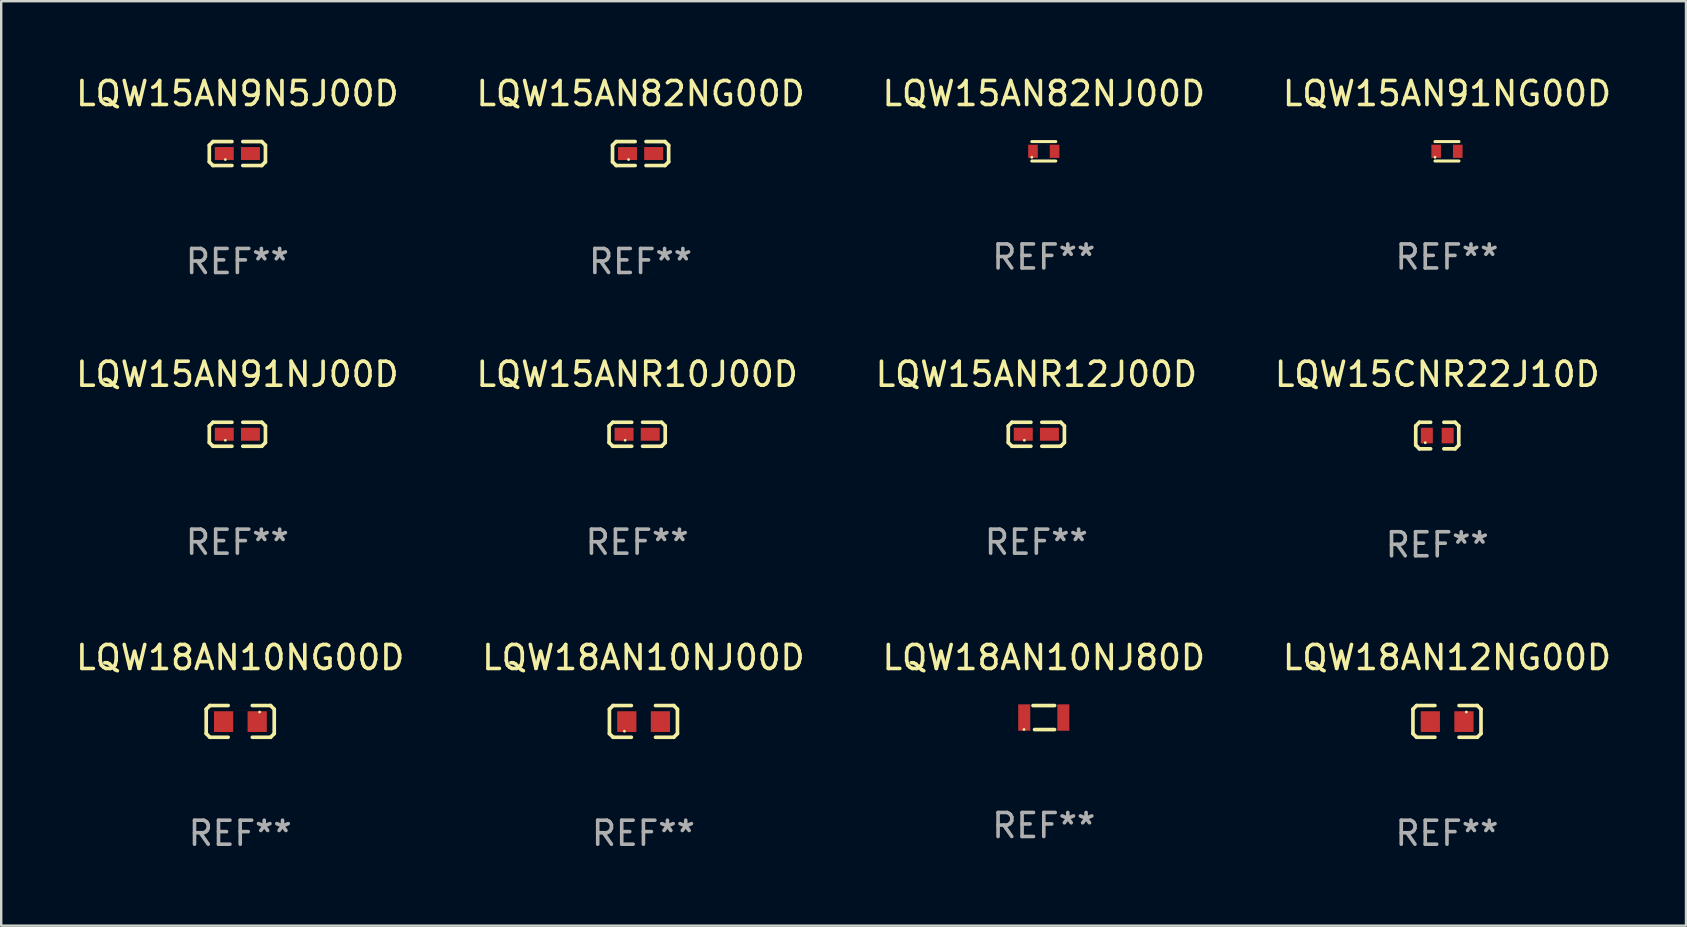
<source format=kicad_pcb>
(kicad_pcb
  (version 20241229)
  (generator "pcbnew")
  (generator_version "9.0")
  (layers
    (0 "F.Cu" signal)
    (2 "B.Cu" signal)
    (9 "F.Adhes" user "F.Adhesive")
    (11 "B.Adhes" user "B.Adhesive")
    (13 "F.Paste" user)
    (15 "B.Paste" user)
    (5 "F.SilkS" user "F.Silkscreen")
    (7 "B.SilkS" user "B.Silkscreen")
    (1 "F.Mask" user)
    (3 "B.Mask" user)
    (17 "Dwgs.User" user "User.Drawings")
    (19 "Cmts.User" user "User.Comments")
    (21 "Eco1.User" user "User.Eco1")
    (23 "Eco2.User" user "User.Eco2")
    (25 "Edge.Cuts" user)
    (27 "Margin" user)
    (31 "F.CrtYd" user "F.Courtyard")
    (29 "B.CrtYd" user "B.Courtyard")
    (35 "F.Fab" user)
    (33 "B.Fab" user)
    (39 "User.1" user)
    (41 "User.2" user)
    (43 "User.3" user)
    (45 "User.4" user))
  (footprint "LQW18AN12NG00D"
    (layer "F.Cu")
    (at 57.232 27.004)
    (property "Reference" "LQW18AN12NG00D" (at 0 -2.661 0) (layer "F.SilkS") (effects (font (size 1 1) (thickness 0.15))))
    (attr through_hole)
    (fp_line (start -1.417 -0.508) (end -1.265 -0.661) (stroke (width 0.152) (type solid)) (layer "F.SilkS"))
    (fp_line (start -1.417 0.508) (end -1.417 -0.508) (stroke (width 0.152) (type solid)) (layer "F.SilkS"))
    (fp_line (start -1.265 -0.661) (end -0.503 -0.661) (stroke (width 0.152) (type solid)) (layer "F.SilkS"))
    (fp_line (start -1.265 0.661) (end -1.417 0.508) (stroke (width 0.152) (type solid)) (layer "F.SilkS"))
    (fp_line (start -1.265 0.661) (end -0.503 0.661) (stroke (width 0.152) (type solid)) (layer "F.SilkS"))
    (fp_line (start 1.265 -0.661) (end 0.503 -0.661) (stroke (width 0.152) (type solid)) (layer "F.SilkS"))
    (fp_line (start 1.265 -0.661) (end 1.417 -0.508) (stroke (width 0.152) (type solid)) (layer "F.SilkS"))
    (fp_line (start 1.265 0.661) (end 0.503 0.661) (stroke (width 0.152) (type solid)) (layer "F.SilkS"))
    (fp_line (start 1.417 -0.508) (end 1.417 0.508) (stroke (width 0.152) (type solid)) (layer "F.SilkS"))
    (fp_line (start 1.417 0.508) (end 1.265 0.661) (stroke (width 0.152) (type solid)) (layer "F.SilkS"))
    (fp_circle (center 0.807 -0.391) (end 0.837 -0.391) (stroke (width 0.06) (type solid)) (fill no) (layer "F.SilkS"))
    (fp_text user "REF**" (at 0 4.661 0) (layer "F.Fab") (effects (font (size 1 1) (thickness 0.15))))
    (pad "1" smd rect (at 0.707 0.009 180) (size 0.8 0.864) (layers "F.Cu" "F.Mask" "F.Paste"))
    (pad "2" smd rect (at -0.693 0.009 180) (size 0.8 0.864) (layers "F.Cu" "F.Mask" "F.Paste")))
  (footprint "LQW15AN91NG00D"
    (layer "F.Cu")
    (at 57.232 3.253)
    (property "Reference" "LQW15AN91NG00D" (at 0 -2.405 0) (layer "F.SilkS") (effects (font (size 1 1) (thickness 0.15))))
    (attr through_hole)
    (fp_line (start -0.5 -0.405) (end 0.5 -0.405) (stroke (width 0.127) (type solid)) (layer "F.SilkS"))
    (fp_line (start -0.5 0.405) (end 0.5 0.405) (stroke (width 0.127) (type solid)) (layer "F.SilkS"))
    (fp_circle (center -0.5 0.25) (end -0.47 0.25) (stroke (width 0.06) (type solid)) (fill no) (layer "F.SilkS"))
    (fp_text user "REF**" (at 0 4.405 0) (layer "F.Fab") (effects (font (size 1 1) (thickness 0.15))))
    (pad "1" smd rect (at -0.45 0 90) (size 0.55 0.4) (layers "F.Cu" "F.Mask" "F.Paste"))
    (pad "2" smd rect (at 0.45 0 90) (size 0.55 0.4) (layers "F.Cu" "F.Mask" "F.Paste")))
  (footprint "LQW15AN82NG00D"
    (layer "F.Cu")
    (at 23.637 3.347)
    (property "Reference" "LQW15AN82NG00D" (at 0 -2.499 0) (layer "F.SilkS") (effects (font (size 1 1) (thickness 0.15))))
    (attr through_hole)
    (fp_line (start -1.169 -0.346) (end -1.016 -0.499) (stroke (width 0.152) (type solid)) (layer "F.SilkS"))
    (fp_line (start -1.169 0.346) (end -1.169 -0.346) (stroke (width 0.152) (type solid)) (layer "F.SilkS"))
    (fp_line (start -1.016 -0.499) (end -0.226 -0.499) (stroke (width 0.152) (type solid)) (layer "F.SilkS"))
    (fp_line (start -1.016 0.499) (end -1.169 0.346) (stroke (width 0.152) (type solid)) (layer "F.SilkS"))
    (fp_line (start -0.226 0.499) (end -1.016 0.499) (stroke (width 0.152) (type solid)) (layer "F.SilkS"))
    (fp_line (start 0.226 0.499) (end 1.016 0.499) (stroke (width 0.152) (type solid)) (layer "F.SilkS"))
    (fp_line (start 1.016 -0.499) (end 0.226 -0.499) (stroke (width 0.152) (type solid)) (layer "F.SilkS"))
    (fp_line (start 1.016 0.499) (end 1.169 0.346) (stroke (width 0.152) (type solid)) (layer "F.SilkS"))
    (fp_line (start 1.169 -0.346) (end 1.016 -0.499) (stroke (width 0.152) (type solid)) (layer "F.SilkS"))
    (fp_line (start 1.169 0.346) (end 1.169 -0.346) (stroke (width 0.152) (type solid)) (layer "F.SilkS"))
    (fp_circle (center -0.5 0.25) (end -0.47 0.25) (stroke (width 0.06) (type solid)) (fill no) (layer "F.SilkS"))
    (fp_text user "REF**" (at 0 4.499 0) (layer "F.Fab") (effects (font (size 1 1) (thickness 0.15))))
    (pad "1" smd rect (at -0.545 0) (size 0.79 0.54) (layers "F.Cu" "F.Mask" "F.Paste"))
    (pad "2" smd rect (at 0.545 0) (size 0.79 0.54) (layers "F.Cu" "F.Mask" "F.Paste")))
  (footprint "LQW15AN9N5J00D"
    (layer "F.Cu")
    (at 6.839 3.347)
    (property "Reference" "LQW15AN9N5J00D" (at 0 -2.499 0) (layer "F.SilkS") (effects (font (size 1 1) (thickness 0.15))))
    (attr through_hole)
    (fp_line (start -1.169 -0.346) (end -1.016 -0.499) (stroke (width 0.152) (type solid)) (layer "F.SilkS"))
    (fp_line (start -1.169 0.346) (end -1.169 -0.346) (stroke (width 0.152) (type solid)) (layer "F.SilkS"))
    (fp_line (start -1.016 -0.499) (end -0.226 -0.499) (stroke (width 0.152) (type solid)) (layer "F.SilkS"))
    (fp_line (start -1.016 0.499) (end -1.169 0.346) (stroke (width 0.152) (type solid)) (layer "F.SilkS"))
    (fp_line (start -0.226 0.499) (end -1.016 0.499) (stroke (width 0.152) (type solid)) (layer "F.SilkS"))
    (fp_line (start 0.226 0.499) (end 1.016 0.499) (stroke (width 0.152) (type solid)) (layer "F.SilkS"))
    (fp_line (start 1.016 -0.499) (end 0.226 -0.499) (stroke (width 0.152) (type solid)) (layer "F.SilkS"))
    (fp_line (start 1.016 0.499) (end 1.169 0.346) (stroke (width 0.152) (type solid)) (layer "F.SilkS"))
    (fp_line (start 1.169 -0.346) (end 1.016 -0.499) (stroke (width 0.152) (type solid)) (layer "F.SilkS"))
    (fp_line (start 1.169 0.346) (end 1.169 -0.346) (stroke (width 0.152) (type solid)) (layer "F.SilkS"))
    (fp_circle (center -0.5 0.25) (end -0.47 0.25) (stroke (width 0.06) (type solid)) (fill no) (layer "F.SilkS"))
    (fp_text user "REF**" (at 0 4.499 0) (layer "F.Fab") (effects (font (size 1 1) (thickness 0.15))))
    (pad "1" smd rect (at -0.545 0) (size 0.79 0.54) (layers "F.Cu" "F.Mask" "F.Paste"))
    (pad "2" smd rect (at 0.545 0) (size 0.79 0.54) (layers "F.Cu" "F.Mask" "F.Paste")))
  (footprint "LQW18AN10NG00D"
    (layer "F.Cu")
    (at 6.958 27.004)
    (property "Reference" "LQW18AN10NG00D" (at 0 -2.661 0) (layer "F.SilkS") (effects (font (size 1 1) (thickness 0.15))))
    (attr through_hole)
    (fp_line (start -1.417 -0.508) (end -1.265 -0.661) (stroke (width 0.152) (type solid)) (layer "F.SilkS"))
    (fp_line (start -1.417 0.508) (end -1.417 -0.508) (stroke (width 0.152) (type solid)) (layer "F.SilkS"))
    (fp_line (start -1.265 -0.661) (end -0.503 -0.661) (stroke (width 0.152) (type solid)) (layer "F.SilkS"))
    (fp_line (start -1.265 0.661) (end -1.417 0.508) (stroke (width 0.152) (type solid)) (layer "F.SilkS"))
    (fp_line (start -1.265 0.661) (end -0.503 0.661) (stroke (width 0.152) (type solid)) (layer "F.SilkS"))
    (fp_line (start 1.265 -0.661) (end 0.503 -0.661) (stroke (width 0.152) (type solid)) (layer "F.SilkS"))
    (fp_line (start 1.265 -0.661) (end 1.417 -0.508) (stroke (width 0.152) (type solid)) (layer "F.SilkS"))
    (fp_line (start 1.265 0.661) (end 0.503 0.661) (stroke (width 0.152) (type solid)) (layer "F.SilkS"))
    (fp_line (start 1.417 -0.508) (end 1.417 0.508) (stroke (width 0.152) (type solid)) (layer "F.SilkS"))
    (fp_line (start 1.417 0.508) (end 1.265 0.661) (stroke (width 0.152) (type solid)) (layer "F.SilkS"))
    (fp_circle (center 0.807 -0.391) (end 0.837 -0.391) (stroke (width 0.06) (type solid)) (fill no) (layer "F.SilkS"))
    (fp_text user "REF**" (at 0 4.661 0) (layer "F.Fab") (effects (font (size 1 1) (thickness 0.15))))
    (pad "1" smd rect (at 0.707 0.009 180) (size 0.8 0.864) (layers "F.Cu" "F.Mask" "F.Paste"))
    (pad "2" smd rect (at -0.693 0.009 180) (size 0.8 0.864) (layers "F.Cu" "F.Mask" "F.Paste")))
  (footprint "LQW15ANR12J00D"
    (layer "F.Cu")
    (at 40.125 15.041)
    (property "Reference" "LQW15ANR12J00D" (at 0 -2.499 0) (layer "F.SilkS") (effects (font (size 1 1) (thickness 0.15))))
    (attr through_hole)
    (fp_line (start -1.169 -0.346) (end -1.016 -0.499) (stroke (width 0.152) (type solid)) (layer "F.SilkS"))
    (fp_line (start -1.169 0.346) (end -1.169 -0.346) (stroke (width 0.152) (type solid)) (layer "F.SilkS"))
    (fp_line (start -1.016 -0.499) (end -0.226 -0.499) (stroke (width 0.152) (type solid)) (layer "F.SilkS"))
    (fp_line (start -1.016 0.499) (end -1.169 0.346) (stroke (width 0.152) (type solid)) (layer "F.SilkS"))
    (fp_line (start -0.226 0.499) (end -1.016 0.499) (stroke (width 0.152) (type solid)) (layer "F.SilkS"))
    (fp_line (start 0.226 0.499) (end 1.016 0.499) (stroke (width 0.152) (type solid)) (layer "F.SilkS"))
    (fp_line (start 1.016 -0.499) (end 0.226 -0.499) (stroke (width 0.152) (type solid)) (layer "F.SilkS"))
    (fp_line (start 1.016 0.499) (end 1.169 0.346) (stroke (width 0.152) (type solid)) (layer "F.SilkS"))
    (fp_line (start 1.169 -0.346) (end 1.016 -0.499) (stroke (width 0.152) (type solid)) (layer "F.SilkS"))
    (fp_line (start 1.169 0.346) (end 1.169 -0.346) (stroke (width 0.152) (type solid)) (layer "F.SilkS"))
    (fp_circle (center -0.5 0.25) (end -0.47 0.25) (stroke (width 0.06) (type solid)) (fill no) (layer "F.SilkS"))
    (fp_text user "REF**" (at 0 4.499 0) (layer "F.Fab") (effects (font (size 1 1) (thickness 0.15))))
    (pad "1" smd rect (at -0.545 0) (size 0.79 0.54) (layers "F.Cu" "F.Mask" "F.Paste"))
    (pad "2" smd rect (at 0.545 0) (size 0.79 0.54) (layers "F.Cu" "F.Mask" "F.Paste")))
  (footprint "LQW18AN10NJ80D"
    (layer "F.Cu")
    (at 40.435 26.844)
    (property "Reference" "LQW18AN10NJ80D" (at 0 -2.5 0) (layer "F.SilkS") (effects (font (size 1 1) (thickness 0.15))))
    (attr through_hole)
    (fp_line (start -0.45 -0.5) (end 0.45 -0.5) (stroke (width 0.152) (type solid)) (layer "F.SilkS"))
    (fp_line (start -0.385 0.5) (end 0.45 0.5) (stroke (width 0.152) (type solid)) (layer "F.SilkS"))
    (fp_circle (center -0.825 0.495) (end -0.795 0.495) (stroke (width 0.06) (type solid)) (fill no) (layer "F.SilkS"))
    (fp_text user "REF**" (at 0 4.5 0) (layer "F.Fab") (effects (font (size 1 1) (thickness 0.15))))
    (pad "1" smd rect (at -0.815 0) (size 0.5 1.1) (layers "F.Cu" "F.Mask" "F.Paste"))
    (pad "2" smd rect (at 0.815 0) (size 0.5 1.1) (layers "F.Cu" "F.Mask" "F.Paste")))
  (footprint "LQW15AN91NJ00D"
    (layer "F.Cu")
    (at 6.839 15.041)
    (property "Reference" "LQW15AN91NJ00D" (at 0 -2.499 0) (layer "F.SilkS") (effects (font (size 1 1) (thickness 0.15))))
    (attr through_hole)
    (fp_line (start -1.169 -0.346) (end -1.016 -0.499) (stroke (width 0.152) (type solid)) (layer "F.SilkS"))
    (fp_line (start -1.169 0.346) (end -1.169 -0.346) (stroke (width 0.152) (type solid)) (layer "F.SilkS"))
    (fp_line (start -1.016 -0.499) (end -0.226 -0.499) (stroke (width 0.152) (type solid)) (layer "F.SilkS"))
    (fp_line (start -1.016 0.499) (end -1.169 0.346) (stroke (width 0.152) (type solid)) (layer "F.SilkS"))
    (fp_line (start -0.226 0.499) (end -1.016 0.499) (stroke (width 0.152) (type solid)) (layer "F.SilkS"))
    (fp_line (start 0.226 0.499) (end 1.016 0.499) (stroke (width 0.152) (type solid)) (layer "F.SilkS"))
    (fp_line (start 1.016 -0.499) (end 0.226 -0.499) (stroke (width 0.152) (type solid)) (layer "F.SilkS"))
    (fp_line (start 1.016 0.499) (end 1.169 0.346) (stroke (width 0.152) (type solid)) (layer "F.SilkS"))
    (fp_line (start 1.169 -0.346) (end 1.016 -0.499) (stroke (width 0.152) (type solid)) (layer "F.SilkS"))
    (fp_line (start 1.169 0.346) (end 1.169 -0.346) (stroke (width 0.152) (type solid)) (layer "F.SilkS"))
    (fp_circle (center -0.5 0.25) (end -0.47 0.25) (stroke (width 0.06) (type solid)) (fill no) (layer "F.SilkS"))
    (fp_text user "REF**" (at 0 4.499 0) (layer "F.Fab") (effects (font (size 1 1) (thickness 0.15))))
    (pad "1" smd rect (at -0.545 0) (size 0.79 0.54) (layers "F.Cu" "F.Mask" "F.Paste"))
    (pad "2" smd rect (at 0.545 0) (size 0.79 0.54) (layers "F.Cu" "F.Mask" "F.Paste")))
  (footprint "LQW18AN10NJ00D"
    (layer "F.Cu")
    (at 23.756 27.004)
    (property "Reference" "LQW18AN10NJ00D" (at 0 -2.661 0) (layer "F.SilkS") (effects (font (size 1 1) (thickness 0.15))))
    (attr through_hole)
    (fp_line (start -1.417 -0.508) (end -1.265 -0.661) (stroke (width 0.152) (type solid)) (layer "F.SilkS"))
    (fp_line (start -1.417 0.508) (end -1.417 -0.508) (stroke (width 0.152) (type solid)) (layer "F.SilkS"))
    (fp_line (start -1.265 -0.661) (end -0.503 -0.661) (stroke (width 0.152) (type solid)) (layer "F.SilkS"))
    (fp_line (start -1.265 0.661) (end -1.417 0.508) (stroke (width 0.152) (type solid)) (layer "F.SilkS"))
    (fp_line (start -1.265 0.661) (end -0.503 0.661) (stroke (width 0.152) (type solid)) (layer "F.SilkS"))
    (fp_line (start 1.265 -0.661) (end 0.503 -0.661) (stroke (width 0.152) (type solid)) (layer "F.SilkS"))
    (fp_line (start 1.265 -0.661) (end 1.417 -0.508) (stroke (width 0.152) (type solid)) (layer "F.SilkS"))
    (fp_line (start 1.265 0.661) (end 0.503 0.661) (stroke (width 0.152) (type solid)) (layer "F.SilkS"))
    (fp_line (start 1.417 -0.508) (end 1.417 0.508) (stroke (width 0.152) (type solid)) (layer "F.SilkS"))
    (fp_line (start 1.417 0.508) (end 1.265 0.661) (stroke (width 0.152) (type solid)) (layer "F.SilkS"))
    (fp_circle (center -0.793 0.409) (end -0.763 0.409) (stroke (width 0.06) (type solid)) (fill no) (layer "F.SilkS"))
    (fp_text user "REF**" (at 0 4.661 0) (layer "F.Fab") (effects (font (size 1 1) (thickness 0.15))))
    (pad "1" smd rect (at -0.693 0.009 180) (size 0.8 0.864) (layers "F.Cu" "F.Mask" "F.Paste"))
    (pad "2" smd rect (at 0.707 0.009 180) (size 0.8 0.864) (layers "F.Cu" "F.Mask" "F.Paste")))
  (footprint "LQW15CNR22J10D"
    (layer "F.Cu")
    (at 56.827 15.095)
    (property "Reference" "LQW15CNR22J10D" (at 0 -2.553 0) (layer "F.SilkS") (effects (font (size 1 1) (thickness 0.15))))
    (attr through_hole)
    (fp_line (start -0.896 -0.4) (end -0.896 0.4) (stroke (width 0.152) (type solid)) (layer "F.SilkS"))
    (fp_line (start -0.896 0.4) (end -0.744 0.553) (stroke (width 0.152) (type solid)) (layer "F.SilkS"))
    (fp_line (start -0.744 -0.553) (end -0.896 -0.4) (stroke (width 0.152) (type solid)) (layer "F.SilkS"))
    (fp_line (start -0.744 0.553) (end -0.276 0.553) (stroke (width 0.152) (type solid)) (layer "F.SilkS"))
    (fp_line (start -0.276 -0.553) (end -0.744 -0.553) (stroke (width 0.152) (type solid)) (layer "F.SilkS"))
    (fp_line (start 0.276 -0.553) (end 0.744 -0.553) (stroke (width 0.152) (type solid)) (layer "F.SilkS"))
    (fp_line (start 0.744 -0.553) (end 0.896 -0.4) (stroke (width 0.152) (type solid)) (layer "F.SilkS"))
    (fp_line (start 0.744 0.553) (end 0.276 0.553) (stroke (width 0.152) (type solid)) (layer "F.SilkS"))
    (fp_line (start 0.896 -0.4) (end 0.896 0.4) (stroke (width 0.152) (type solid)) (layer "F.SilkS"))
    (fp_line (start 0.896 0.4) (end 0.744 0.553) (stroke (width 0.152) (type solid)) (layer "F.SilkS"))
    (fp_circle (center -0.5 0.3) (end -0.47 0.3) (stroke (width 0.06) (type solid)) (fill no) (layer "F.SilkS"))
    (fp_text user "REF**" (at 0 4.553 0) (layer "F.Fab") (effects (font (size 1 1) (thickness 0.15))))
    (pad "1" smd rect (at -0.434 0) (size 0.5 0.648) (layers "F.Cu" "F.Mask" "F.Paste"))
    (pad "2" smd rect (at 0.434 0) (size 0.5 0.648) (layers "F.Cu" "F.Mask" "F.Paste")))
  (footprint "LQW15ANR10J00D"
    (layer "F.Cu")
    (at 23.494 15.041)
    (property "Reference" "LQW15ANR10J00D" (at 0 -2.499 0) (layer "F.SilkS") (effects (font (size 1 1) (thickness 0.15))))
    (attr through_hole)
    (fp_line (start -1.169 -0.346) (end -1.016 -0.499) (stroke (width 0.152) (type solid)) (layer "F.SilkS"))
    (fp_line (start -1.169 0.346) (end -1.169 -0.346) (stroke (width 0.152) (type solid)) (layer "F.SilkS"))
    (fp_line (start -1.016 -0.499) (end -0.226 -0.499) (stroke (width 0.152) (type solid)) (layer "F.SilkS"))
    (fp_line (start -1.016 0.499) (end -1.169 0.346) (stroke (width 0.152) (type solid)) (layer "F.SilkS"))
    (fp_line (start -0.226 0.499) (end -1.016 0.499) (stroke (width 0.152) (type solid)) (layer "F.SilkS"))
    (fp_line (start 0.226 0.499) (end 1.016 0.499) (stroke (width 0.152) (type solid)) (layer "F.SilkS"))
    (fp_line (start 1.016 -0.499) (end 0.226 -0.499) (stroke (width 0.152) (type solid)) (layer "F.SilkS"))
    (fp_line (start 1.016 0.499) (end 1.169 0.346) (stroke (width 0.152) (type solid)) (layer "F.SilkS"))
    (fp_line (start 1.169 -0.346) (end 1.016 -0.499) (stroke (width 0.152) (type solid)) (layer "F.SilkS"))
    (fp_line (start 1.169 0.346) (end 1.169 -0.346) (stroke (width 0.152) (type solid)) (layer "F.SilkS"))
    (fp_circle (center -0.5 0.25) (end -0.47 0.25) (stroke (width 0.06) (type solid)) (fill no) (layer "F.SilkS"))
    (fp_text user "REF**" (at 0 4.499 0) (layer "F.Fab") (effects (font (size 1 1) (thickness 0.15))))
    (pad "1" smd rect (at -0.545 0) (size 0.79 0.54) (layers "F.Cu" "F.Mask" "F.Paste"))
    (pad "2" smd rect (at 0.545 0) (size 0.79 0.54) (layers "F.Cu" "F.Mask" "F.Paste")))
  (footprint "LQW15AN82NJ00D"
    (layer "F.Cu")
    (at 40.435 3.253)
    (property "Reference" "LQW15AN82NJ00D" (at 0 -2.405 0) (layer "F.SilkS") (effects (font (size 1 1) (thickness 0.15))))
    (attr through_hole)
    (fp_line (start -0.5 -0.405) (end 0.5 -0.405) (stroke (width 0.127) (type solid)) (layer "F.SilkS"))
    (fp_line (start -0.5 0.405) (end 0.5 0.405) (stroke (width 0.127) (type solid)) (layer "F.SilkS"))
    (fp_circle (center -0.5 0.25) (end -0.47 0.25) (stroke (width 0.06) (type solid)) (fill no) (layer "F.SilkS"))
    (fp_text user "REF**" (at 0 4.405 0) (layer "F.Fab") (effects (font (size 1 1) (thickness 0.15))))
    (pad "1" smd rect (at -0.45 0 90) (size 0.55 0.4) (layers "F.Cu" "F.Mask" "F.Paste"))
    (pad "2" smd rect (at 0.45 0 90) (size 0.55 0.4) (layers "F.Cu" "F.Mask" "F.Paste")))
  (gr_rect
    (start -3 -3)
    (end 67.19 35.513)
    (stroke (width 0.1) (type default))
    (fill no)
    (layer "Edge.Cuts")))
</source>
